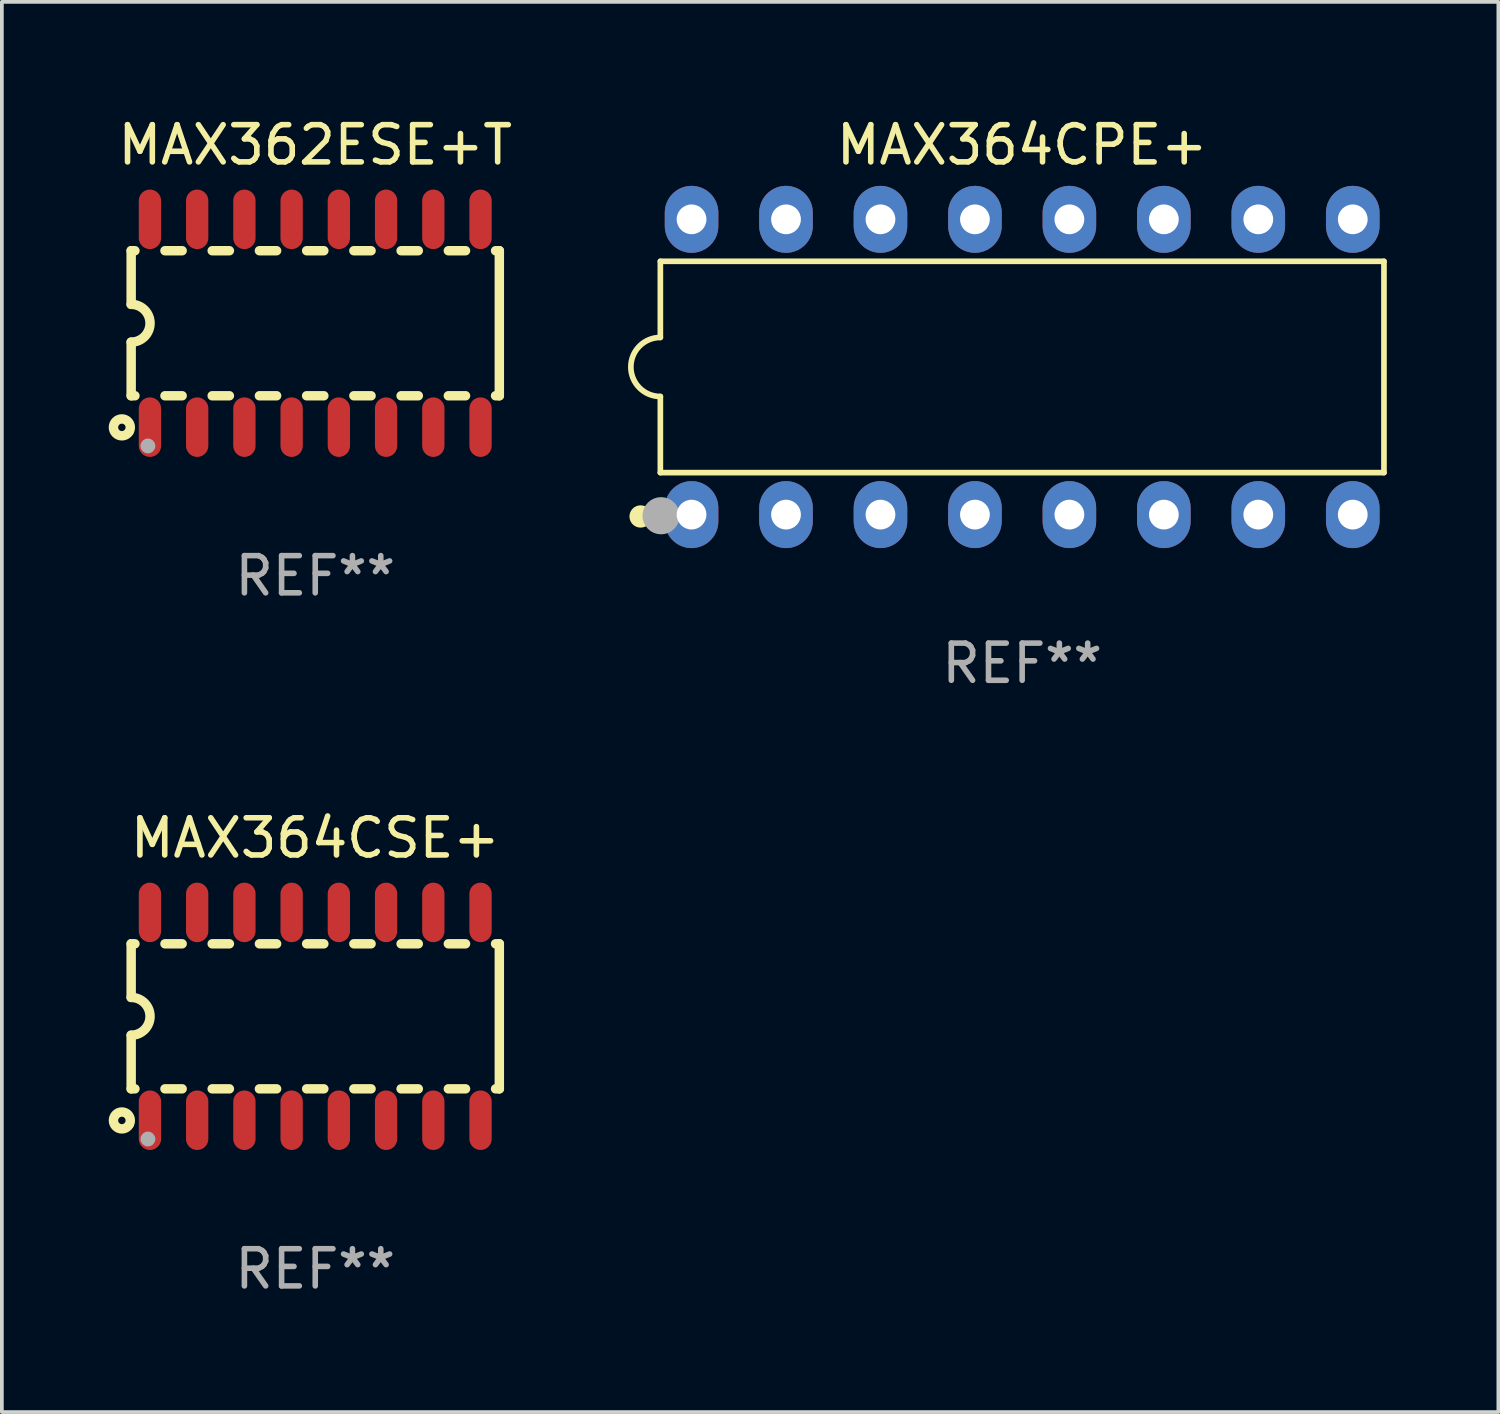
<source format=kicad_pcb>
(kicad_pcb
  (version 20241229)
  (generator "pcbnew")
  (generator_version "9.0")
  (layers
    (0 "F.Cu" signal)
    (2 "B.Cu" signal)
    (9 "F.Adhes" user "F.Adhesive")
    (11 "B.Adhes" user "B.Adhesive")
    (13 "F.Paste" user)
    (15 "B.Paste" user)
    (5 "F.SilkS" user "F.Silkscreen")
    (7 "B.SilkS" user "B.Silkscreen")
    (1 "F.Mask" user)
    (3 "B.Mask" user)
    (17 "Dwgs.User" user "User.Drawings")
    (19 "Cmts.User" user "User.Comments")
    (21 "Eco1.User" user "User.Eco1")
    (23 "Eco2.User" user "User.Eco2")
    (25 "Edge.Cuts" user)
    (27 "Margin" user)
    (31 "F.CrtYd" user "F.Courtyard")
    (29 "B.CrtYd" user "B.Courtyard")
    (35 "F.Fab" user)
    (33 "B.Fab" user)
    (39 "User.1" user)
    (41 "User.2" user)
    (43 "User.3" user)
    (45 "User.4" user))
  (footprint "MAX362ESE+T"
    (layer "F.Cu")
    (at 5.427 5.642)
    (property "Reference" "MAX362ESE+T" (at 0 -4.794 0) (layer "F.SilkS") (effects (font (size 1 1) (thickness 0.15))))
    (attr through_hole)
    (fp_line (start -4.95 -1.95) (end -4.95 -0.508) (stroke (width 0.254) (type solid)) (layer "F.SilkS"))
    (fp_line (start -4.95 -1.95) (end -4.849 -1.95) (stroke (width 0.254) (type solid)) (layer "F.SilkS"))
    (fp_line (start -4.95 1.95) (end -4.95 0.508) (stroke (width 0.254) (type solid)) (layer "F.SilkS"))
    (fp_line (start -4.95 1.95) (end -4.849 1.95) (stroke (width 0.254) (type solid)) (layer "F.SilkS"))
    (fp_line (start -4.041 -1.95) (end -3.579 -1.95) (stroke (width 0.254) (type solid)) (layer "F.SilkS"))
    (fp_line (start -4.041 1.95) (end -3.579 1.95) (stroke (width 0.254) (type solid)) (layer "F.SilkS"))
    (fp_line (start -2.771 -1.95) (end -2.309 -1.95) (stroke (width 0.254) (type solid)) (layer "F.SilkS"))
    (fp_line (start -2.771 1.95) (end -2.309 1.95) (stroke (width 0.254) (type solid)) (layer "F.SilkS"))
    (fp_line (start -1.501 -1.95) (end -1.039 -1.95) (stroke (width 0.254) (type solid)) (layer "F.SilkS"))
    (fp_line (start -1.501 1.95) (end -1.039 1.95) (stroke (width 0.254) (type solid)) (layer "F.SilkS"))
    (fp_line (start -0.231 -1.95) (end 0.231 -1.95) (stroke (width 0.254) (type solid)) (layer "F.SilkS"))
    (fp_line (start -0.231 1.95) (end 0.231 1.95) (stroke (width 0.254) (type solid)) (layer "F.SilkS"))
    (fp_line (start 1.039 -1.95) (end 1.501 -1.95) (stroke (width 0.254) (type solid)) (layer "F.SilkS"))
    (fp_line (start 1.039 1.95) (end 1.501 1.95) (stroke (width 0.254) (type solid)) (layer "F.SilkS"))
    (fp_line (start 2.309 -1.95) (end 2.771 -1.95) (stroke (width 0.254) (type solid)) (layer "F.SilkS"))
    (fp_line (start 2.309 1.95) (end 2.771 1.95) (stroke (width 0.254) (type solid)) (layer "F.SilkS"))
    (fp_line (start 3.579 -1.95) (end 4.041 -1.95) (stroke (width 0.254) (type solid)) (layer "F.SilkS"))
    (fp_line (start 3.579 1.95) (end 4.041 1.95) (stroke (width 0.254) (type solid)) (layer "F.SilkS"))
    (fp_line (start 4.849 -1.95) (end 4.95 -1.95) (stroke (width 0.254) (type solid)) (layer "F.SilkS"))
    (fp_line (start 4.849 1.95) (end 4.95 1.95) (stroke (width 0.254) (type solid)) (layer "F.SilkS"))
    (fp_line (start 4.95 -1.95) (end 4.95 1.95) (stroke (width 0.254) (type solid)) (layer "F.SilkS"))
    (fp_arc (start -4.95047 -0.508001) (mid -4.442469 -0.000228) (end -4.950013 0.508001) (stroke (width 0.254001) (type solid)) (layer "F.SilkS"))
    (fp_circle (center -5.2 2.8) (end -5.1 2.8) (stroke (width 0.254) (type solid)) (fill no) (layer "F.SilkS"))
    (fp_circle (center -4.95 2.947) (end -4.92 2.947) (stroke (width 0.06) (type solid)) (fill no) (layer "F.SilkS"))
    (fp_circle (center -4.5 3.3) (end -4.4 3.3) (stroke (width 0.2) (type solid)) (fill no) (layer "F.Fab"))
    (fp_text user "REF**" (at 0 6.794 0) (layer "F.Fab") (effects (font (size 1 1) (thickness 0.15))))
    (pad "1" smd oval (at -4.445 2.794) (size 0.6 1.6) (layers "F.Cu" "F.Mask" "F.Paste"))
    (pad "2" smd oval (at -3.175 2.794) (size 0.6 1.6) (layers "F.Cu" "F.Mask" "F.Paste"))
    (pad "3" smd oval (at -1.905 2.794) (size 0.6 1.6) (layers "F.Cu" "F.Mask" "F.Paste"))
    (pad "4" smd oval (at -0.635 2.794) (size 0.6 1.6) (layers "F.Cu" "F.Mask" "F.Paste"))
    (pad "5" smd oval (at 0.635 2.794) (size 0.6 1.6) (layers "F.Cu" "F.Mask" "F.Paste"))
    (pad "6" smd oval (at 1.905 2.794) (size 0.6 1.6) (layers "F.Cu" "F.Mask" "F.Paste"))
    (pad "7" smd oval (at 3.175 2.794) (size 0.6 1.6) (layers "F.Cu" "F.Mask" "F.Paste"))
    (pad "8" smd oval (at 4.445 2.794) (size 0.6 1.6) (layers "F.Cu" "F.Mask" "F.Paste"))
    (pad "9" smd oval (at 4.445 -2.794) (size 0.6 1.6) (layers "F.Cu" "F.Mask" "F.Paste"))
    (pad "10" smd oval (at 3.175 -2.794) (size 0.6 1.6) (layers "F.Cu" "F.Mask" "F.Paste"))
    (pad "11" smd oval (at 1.905 -2.794) (size 0.6 1.6) (layers "F.Cu" "F.Mask" "F.Paste"))
    (pad "12" smd oval (at 0.635 -2.794) (size 0.6 1.6) (layers "F.Cu" "F.Mask" "F.Paste"))
    (pad "13" smd oval (at -0.635 -2.794) (size 0.6 1.6) (layers "F.Cu" "F.Mask" "F.Paste"))
    (pad "14" smd oval (at -1.905 -2.794) (size 0.6 1.6) (layers "F.Cu" "F.Mask" "F.Paste"))
    (pad "15" smd oval (at -3.175 -2.794) (size 0.6 1.6) (layers "F.Cu" "F.Mask" "F.Paste"))
    (pad "16" smd oval (at -4.445 -2.794) (size 0.6 1.6) (layers "F.Cu" "F.Mask" "F.Paste")))
  (footprint "MAX364CPE+"
    (layer "F.Cu")
    (at 24.436 6.818)
    (property "Reference" "MAX364CPE+" (at 0 -5.97 0) (layer "F.SilkS") (effects (font (size 1 1) (thickness 0.15))))
    (attr through_hole)
    (fp_line (start -9.729 -2.841) (end -9.729 -0.794) (stroke (width 0.152) (type solid)) (layer "F.SilkS"))
    (fp_line (start -9.729 0.794) (end -9.729 2.841) (stroke (width 0.152) (type solid)) (layer "F.SilkS"))
    (fp_line (start -9.729 2.841) (end 9.729 2.841) (stroke (width 0.152) (type solid)) (layer "F.SilkS"))
    (fp_line (start 9.729 -2.841) (end -9.729 -2.841) (stroke (width 0.152) (type solid)) (layer "F.SilkS"))
    (fp_line (start 9.729 2.841) (end 9.729 -2.841) (stroke (width 0.152) (type solid)) (layer "F.SilkS"))
    (fp_arc (start -9.7287 0.793749) (mid -10.522449 0) (end -9.7287 -0.793749) (stroke (width 0.1524) (type solid)) (layer "F.SilkS"))
    (fp_circle (center -10.26 4.02) (end -10.11 4.02) (stroke (width 0.3) (type solid)) (fill no) (layer "F.SilkS"))
    (fp_circle (center -9.653 4.23) (end -9.623 4.23) (stroke (width 0.06) (type solid)) (fill no) (layer "F.SilkS"))
    (fp_circle (center -9.71 4) (end -9.46 4) (stroke (width 0.5) (type solid)) (fill no) (layer "F.Fab"))
    (fp_text user "REF**" (at 0 7.97 0) (layer "F.Fab") (effects (font (size 1 1) (thickness 0.15))))
    (pad "1" thru_hole oval (at -8.89 3.97) (size 1.44 1.8) (drill 0.8) (layers "*.Cu" "*.Mask"))
    (pad "2" thru_hole oval (at -6.35 3.97) (size 1.44 1.8) (drill 0.8) (layers "*.Cu" "*.Mask"))
    (pad "3" thru_hole oval (at -3.81 3.97) (size 1.44 1.8) (drill 0.8) (layers "*.Cu" "*.Mask"))
    (pad "4" thru_hole oval (at -1.27 3.97) (size 1.44 1.8) (drill 0.8) (layers "*.Cu" "*.Mask"))
    (pad "5" thru_hole oval (at 1.27 3.97) (size 1.44 1.8) (drill 0.8) (layers "*.Cu" "*.Mask"))
    (pad "6" thru_hole oval (at 3.81 3.97) (size 1.44 1.8) (drill 0.8) (layers "*.Cu" "*.Mask"))
    (pad "7" thru_hole oval (at 6.35 3.97) (size 1.44 1.8) (drill 0.8) (layers "*.Cu" "*.Mask"))
    (pad "8" thru_hole oval (at 8.89 3.97) (size 1.44 1.8) (drill 0.8) (layers "*.Cu" "*.Mask"))
    (pad "9" thru_hole oval (at 8.89 -3.97) (size 1.44 1.8) (drill 0.8) (layers "*.Cu" "*.Mask"))
    (pad "10" thru_hole oval (at 6.35 -3.97) (size 1.44 1.8) (drill 0.8) (layers "*.Cu" "*.Mask"))
    (pad "11" thru_hole oval (at 3.81 -3.97) (size 1.44 1.8) (drill 0.8) (layers "*.Cu" "*.Mask"))
    (pad "12" thru_hole oval (at 1.27 -3.97) (size 1.44 1.8) (drill 0.8) (layers "*.Cu" "*.Mask"))
    (pad "13" thru_hole oval (at -1.27 -3.97) (size 1.44 1.8) (drill 0.8) (layers "*.Cu" "*.Mask"))
    (pad "14" thru_hole oval (at -3.81 -3.97) (size 1.44 1.8) (drill 0.8) (layers "*.Cu" "*.Mask"))
    (pad "15" thru_hole oval (at -6.35 -3.97) (size 1.44 1.8) (drill 0.8) (layers "*.Cu" "*.Mask"))
    (pad "16" thru_hole oval (at -8.89 -3.97) (size 1.44 1.8) (drill 0.8) (layers "*.Cu" "*.Mask")))
  (footprint "MAX364CSE+"
    (layer "F.Cu")
    (at 5.427 24.279)
    (property "Reference" "MAX364CSE+" (at 0 -4.794 0) (layer "F.SilkS") (effects (font (size 1 1) (thickness 0.15))))
    (attr through_hole)
    (fp_line (start -4.95 -1.95) (end -4.95 -0.508) (stroke (width 0.254) (type solid)) (layer "F.SilkS"))
    (fp_line (start -4.95 -1.95) (end -4.849 -1.95) (stroke (width 0.254) (type solid)) (layer "F.SilkS"))
    (fp_line (start -4.95 1.95) (end -4.95 0.508) (stroke (width 0.254) (type solid)) (layer "F.SilkS"))
    (fp_line (start -4.95 1.95) (end -4.849 1.95) (stroke (width 0.254) (type solid)) (layer "F.SilkS"))
    (fp_line (start -4.041 -1.95) (end -3.579 -1.95) (stroke (width 0.254) (type solid)) (layer "F.SilkS"))
    (fp_line (start -4.041 1.95) (end -3.579 1.95) (stroke (width 0.254) (type solid)) (layer "F.SilkS"))
    (fp_line (start -2.771 -1.95) (end -2.309 -1.95) (stroke (width 0.254) (type solid)) (layer "F.SilkS"))
    (fp_line (start -2.771 1.95) (end -2.309 1.95) (stroke (width 0.254) (type solid)) (layer "F.SilkS"))
    (fp_line (start -1.501 -1.95) (end -1.039 -1.95) (stroke (width 0.254) (type solid)) (layer "F.SilkS"))
    (fp_line (start -1.501 1.95) (end -1.039 1.95) (stroke (width 0.254) (type solid)) (layer "F.SilkS"))
    (fp_line (start -0.231 -1.95) (end 0.231 -1.95) (stroke (width 0.254) (type solid)) (layer "F.SilkS"))
    (fp_line (start -0.231 1.95) (end 0.231 1.95) (stroke (width 0.254) (type solid)) (layer "F.SilkS"))
    (fp_line (start 1.039 -1.95) (end 1.501 -1.95) (stroke (width 0.254) (type solid)) (layer "F.SilkS"))
    (fp_line (start 1.039 1.95) (end 1.501 1.95) (stroke (width 0.254) (type solid)) (layer "F.SilkS"))
    (fp_line (start 2.309 -1.95) (end 2.771 -1.95) (stroke (width 0.254) (type solid)) (layer "F.SilkS"))
    (fp_line (start 2.309 1.95) (end 2.771 1.95) (stroke (width 0.254) (type solid)) (layer "F.SilkS"))
    (fp_line (start 3.579 -1.95) (end 4.041 -1.95) (stroke (width 0.254) (type solid)) (layer "F.SilkS"))
    (fp_line (start 3.579 1.95) (end 4.041 1.95) (stroke (width 0.254) (type solid)) (layer "F.SilkS"))
    (fp_line (start 4.849 -1.95) (end 4.95 -1.95) (stroke (width 0.254) (type solid)) (layer "F.SilkS"))
    (fp_line (start 4.849 1.95) (end 4.95 1.95) (stroke (width 0.254) (type solid)) (layer "F.SilkS"))
    (fp_line (start 4.95 -1.95) (end 4.95 1.95) (stroke (width 0.254) (type solid)) (layer "F.SilkS"))
    (fp_arc (start -4.95047 -0.508001) (mid -4.442469 -0.000228) (end -4.950013 0.508001) (stroke (width 0.254001) (type solid)) (layer "F.SilkS"))
    (fp_circle (center -5.2 2.8) (end -5.1 2.8) (stroke (width 0.254) (type solid)) (fill no) (layer "F.SilkS"))
    (fp_circle (center -4.95 2.947) (end -4.92 2.947) (stroke (width 0.06) (type solid)) (fill no) (layer "F.SilkS"))
    (fp_circle (center -4.5 3.3) (end -4.4 3.3) (stroke (width 0.2) (type solid)) (fill no) (layer "F.Fab"))
    (fp_text user "REF**" (at 0 6.794 0) (layer "F.Fab") (effects (font (size 1 1) (thickness 0.15))))
    (pad "1" smd oval (at -4.445 2.794) (size 0.6 1.6) (layers "F.Cu" "F.Mask" "F.Paste"))
    (pad "2" smd oval (at -3.175 2.794) (size 0.6 1.6) (layers "F.Cu" "F.Mask" "F.Paste"))
    (pad "3" smd oval (at -1.905 2.794) (size 0.6 1.6) (layers "F.Cu" "F.Mask" "F.Paste"))
    (pad "4" smd oval (at -0.635 2.794) (size 0.6 1.6) (layers "F.Cu" "F.Mask" "F.Paste"))
    (pad "5" smd oval (at 0.635 2.794) (size 0.6 1.6) (layers "F.Cu" "F.Mask" "F.Paste"))
    (pad "6" smd oval (at 1.905 2.794) (size 0.6 1.6) (layers "F.Cu" "F.Mask" "F.Paste"))
    (pad "7" smd oval (at 3.175 2.794) (size 0.6 1.6) (layers "F.Cu" "F.Mask" "F.Paste"))
    (pad "8" smd oval (at 4.445 2.794) (size 0.6 1.6) (layers "F.Cu" "F.Mask" "F.Paste"))
    (pad "9" smd oval (at 4.445 -2.794) (size 0.6 1.6) (layers "F.Cu" "F.Mask" "F.Paste"))
    (pad "10" smd oval (at 3.175 -2.794) (size 0.6 1.6) (layers "F.Cu" "F.Mask" "F.Paste"))
    (pad "11" smd oval (at 1.905 -2.794) (size 0.6 1.6) (layers "F.Cu" "F.Mask" "F.Paste"))
    (pad "12" smd oval (at 0.635 -2.794) (size 0.6 1.6) (layers "F.Cu" "F.Mask" "F.Paste"))
    (pad "13" smd oval (at -0.635 -2.794) (size 0.6 1.6) (layers "F.Cu" "F.Mask" "F.Paste"))
    (pad "14" smd oval (at -1.905 -2.794) (size 0.6 1.6) (layers "F.Cu" "F.Mask" "F.Paste"))
    (pad "15" smd oval (at -3.175 -2.794) (size 0.6 1.6) (layers "F.Cu" "F.Mask" "F.Paste"))
    (pad "16" smd oval (at -4.445 -2.794) (size 0.6 1.6) (layers "F.Cu" "F.Mask" "F.Paste")))
  (gr_rect
    (start -3 -3)
    (end 37.241 34.921)
    (stroke (width 0.1) (type default))
    (fill no)
    (layer "Edge.Cuts")))
</source>
